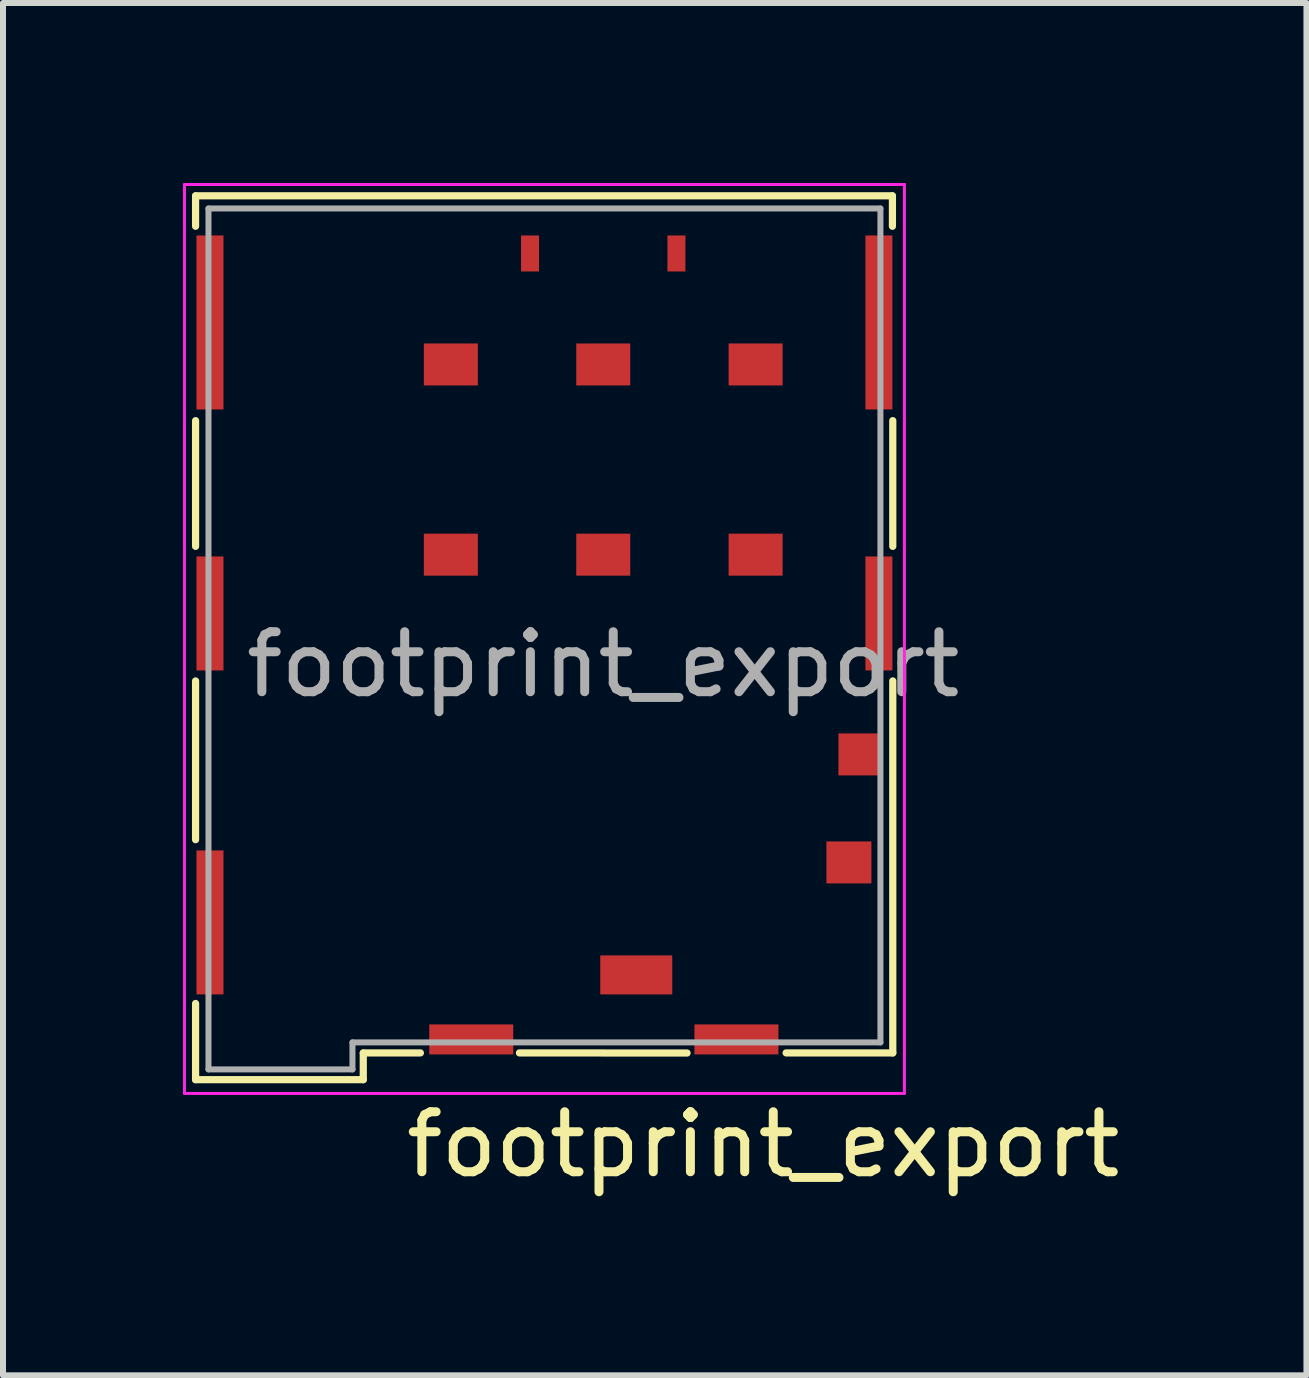
<source format=kicad_pcb>
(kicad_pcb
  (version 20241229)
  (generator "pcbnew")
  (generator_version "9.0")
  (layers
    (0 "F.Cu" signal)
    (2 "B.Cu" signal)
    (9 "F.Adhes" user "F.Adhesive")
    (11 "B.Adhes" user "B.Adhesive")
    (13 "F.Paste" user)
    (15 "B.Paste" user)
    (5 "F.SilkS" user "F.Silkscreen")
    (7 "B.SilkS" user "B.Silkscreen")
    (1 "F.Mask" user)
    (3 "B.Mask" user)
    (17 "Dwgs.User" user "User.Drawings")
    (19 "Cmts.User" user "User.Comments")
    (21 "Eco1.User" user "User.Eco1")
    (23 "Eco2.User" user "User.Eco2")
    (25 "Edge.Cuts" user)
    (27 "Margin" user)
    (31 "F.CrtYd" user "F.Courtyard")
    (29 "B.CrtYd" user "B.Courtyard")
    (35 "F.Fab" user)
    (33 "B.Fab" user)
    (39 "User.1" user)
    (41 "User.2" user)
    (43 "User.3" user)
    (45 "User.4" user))
  (footprint "footprint_export"
    (layer "F.Cu")
    (at 7.005 5.485)
    (property "Reference" "footprint_export" (at 2.667 10.541 180) (layer "F.SilkS") (effects (font (size 1 1) (thickness 0.15))))
    (attr smd)
    (fp_line (start -6.795 -4.763) (end -6.795 -5.271) (stroke (width 0.12) (type solid)) (layer "F.SilkS"))
    (fp_line (start -6.795 0.572) (end -6.795 -1.524) (stroke (width 0.12) (type solid)) (layer "F.SilkS"))
    (fp_line (start -6.795 5.461) (end -6.795 2.815) (stroke (width 0.12) (type solid)) (layer "F.SilkS"))
    (fp_line (start -6.795 9.461) (end -6.795 8.191) (stroke (width 0.12) (type solid)) (layer "F.SilkS"))
    (fp_line (start -4 9.461) (end -6.795 9.461) (stroke (width 0.12) (type solid)) (layer "F.SilkS"))
    (fp_line (start -4 9.461) (end -4 9.017) (stroke (width 0.12) (type solid)) (layer "F.SilkS"))
    (fp_line (start -3.048 9.015) (end -4 9.015) (stroke (width 0.12) (type solid)) (layer "F.SilkS"))
    (fp_line (start 1.397 9.017) (end -1.397 9.015) (stroke (width 0.12) (type solid)) (layer "F.SilkS"))
    (fp_line (start 4.82 -5.271) (end -6.795 -5.271) (stroke (width 0.12) (type solid)) (layer "F.SilkS"))
    (fp_line (start 4.82 -5.271) (end 4.82 -4.763) (stroke (width 0.12) (type solid)) (layer "F.SilkS"))
    (fp_line (start 4.826 -1.524) (end 4.826 0.572) (stroke (width 0.12) (type solid)) (layer "F.SilkS"))
    (fp_line (start 4.826 2.815) (end 4.826 9.015) (stroke (width 0.12) (type solid)) (layer "F.SilkS"))
    (fp_line (start 4.826 9.015) (end 3.048 9.015) (stroke (width 0.12) (type solid)) (layer "F.SilkS"))
    (fp_line (start -6.98 -5.46) (end -6.98 9.69) (stroke (width 0.05) (type solid)) (layer "F.CrtYd"))
    (fp_line (start -6.98 9.69) (end 5.02 9.69) (stroke (width 0.05) (type solid)) (layer "F.CrtYd"))
    (fp_line (start 5.02 -5.46) (end -6.98 -5.46) (stroke (width 0.05) (type solid)) (layer "F.CrtYd"))
    (fp_line (start 5.02 9.69) (end 5.02 -5.46) (stroke (width 0.05) (type solid)) (layer "F.CrtYd"))
    (fp_line (start -6.58 9.29) (end -6.58 -5.06) (stroke (width 0.1) (type solid)) (layer "F.Fab"))
    (fp_line (start -4.18 8.84) (end -4.18 9.29) (stroke (width 0.1) (type solid)) (layer "F.Fab"))
    (fp_line (start -4.18 9.29) (end -6.58 9.29) (stroke (width 0.1) (type solid)) (layer "F.Fab"))
    (fp_line (start 4.62 -5.06) (end -6.58 -5.06) (stroke (width 0.1) (type solid)) (layer "F.Fab"))
    (fp_line (start 4.62 -5.06) (end 4.62 8.84) (stroke (width 0.1) (type solid)) (layer "F.Fab"))
    (fp_line (start 4.62 8.84) (end -4.18 8.84) (stroke (width 0.1) (type solid)) (layer "F.Fab"))
    (fp_text user "${REFERENCE}" (at 0 2.54 180) (layer "F.Fab") (effects (font (size 1 1) (thickness 0.15))))
    (pad "C1" smd rect (at -2.54 -2.46 180) (size 0.9 0.7) (layers "F.Cu" "F.Mask" "F.Paste"))
    (pad "C2" smd rect (at 0 -2.46 180) (size 0.9 0.7) (layers "F.Cu" "F.Mask" "F.Paste"))
    (pad "C3" smd rect (at 2.54 -2.46 180) (size 0.9 0.7) (layers "F.Cu" "F.Mask" "F.Paste"))
    (pad "C5" smd rect (at -2.54 0.71 180) (size 0.9 0.7) (layers "F.Cu" "F.Mask" "F.Paste"))
    (pad "C6" smd rect (at 0 0.71 180) (size 0.9 0.7) (layers "F.Cu" "F.Mask" "F.Paste"))
    (pad "C7" smd rect (at 2.54 0.71 180) (size 0.9 0.7) (layers "F.Cu" "F.Mask" "F.Paste"))
    (pad "CSW" smd rect (at 4.27 4.04 180) (size 0.7 0.7) (layers "F.Cu" "F.Mask" "F.Paste"))
    (pad "DSW" smd rect (at 0.55 7.715 180) (size 1.2 0.65) (layers "F.Cu" "F.Mask" "F.Paste"))
    (pad "SH" smd rect (at -6.555 -3.16 180) (size 0.45 2.9) (layers "F.Cu" "F.Mask" "F.Paste"))
    (pad "SH" smd rect (at -6.555 1.69 180) (size 0.45 1.9) (layers "F.Cu" "F.Mask" "F.Paste"))
    (pad "SH" smd rect (at -6.555 6.84 180) (size 0.45 2.4) (layers "F.Cu" "F.Mask" "F.Paste"))
    (pad "SH" smd rect (at -2.2 8.79 180) (size 1.4 0.5) (layers "F.Cu" "F.Mask" "F.Paste"))
    (pad "SH" smd rect (at -1.22 -4.31 180) (size 0.3 0.6) (layers "F.Cu" "F.Mask" "F.Paste"))
    (pad "SH" smd rect (at 1.22 -4.31 180) (size 0.3 0.6) (layers "F.Cu" "F.Mask" "F.Paste"))
    (pad "SH" smd rect (at 2.22 8.79 180) (size 1.4 0.5) (layers "F.Cu" "F.Mask" "F.Paste"))
    (pad "SH" smd rect (at 4.095 5.84 180) (size 0.75 0.7) (layers "F.Cu" "F.Mask" "F.Paste"))
    (pad "SH" smd rect (at 4.595 -3.16 180) (size 0.45 2.9) (layers "F.Cu" "F.Mask" "F.Paste"))
    (pad "SH" smd rect (at 4.595 1.69 180) (size 0.45 1.9) (layers "F.Cu" "F.Mask" "F.Paste")))
  (gr_rect
    (start -3 -3)
    (end 18.726 19.874)
    (stroke (width 0.1) (type default))
    (fill no)
    (layer "Edge.Cuts")))
</source>
